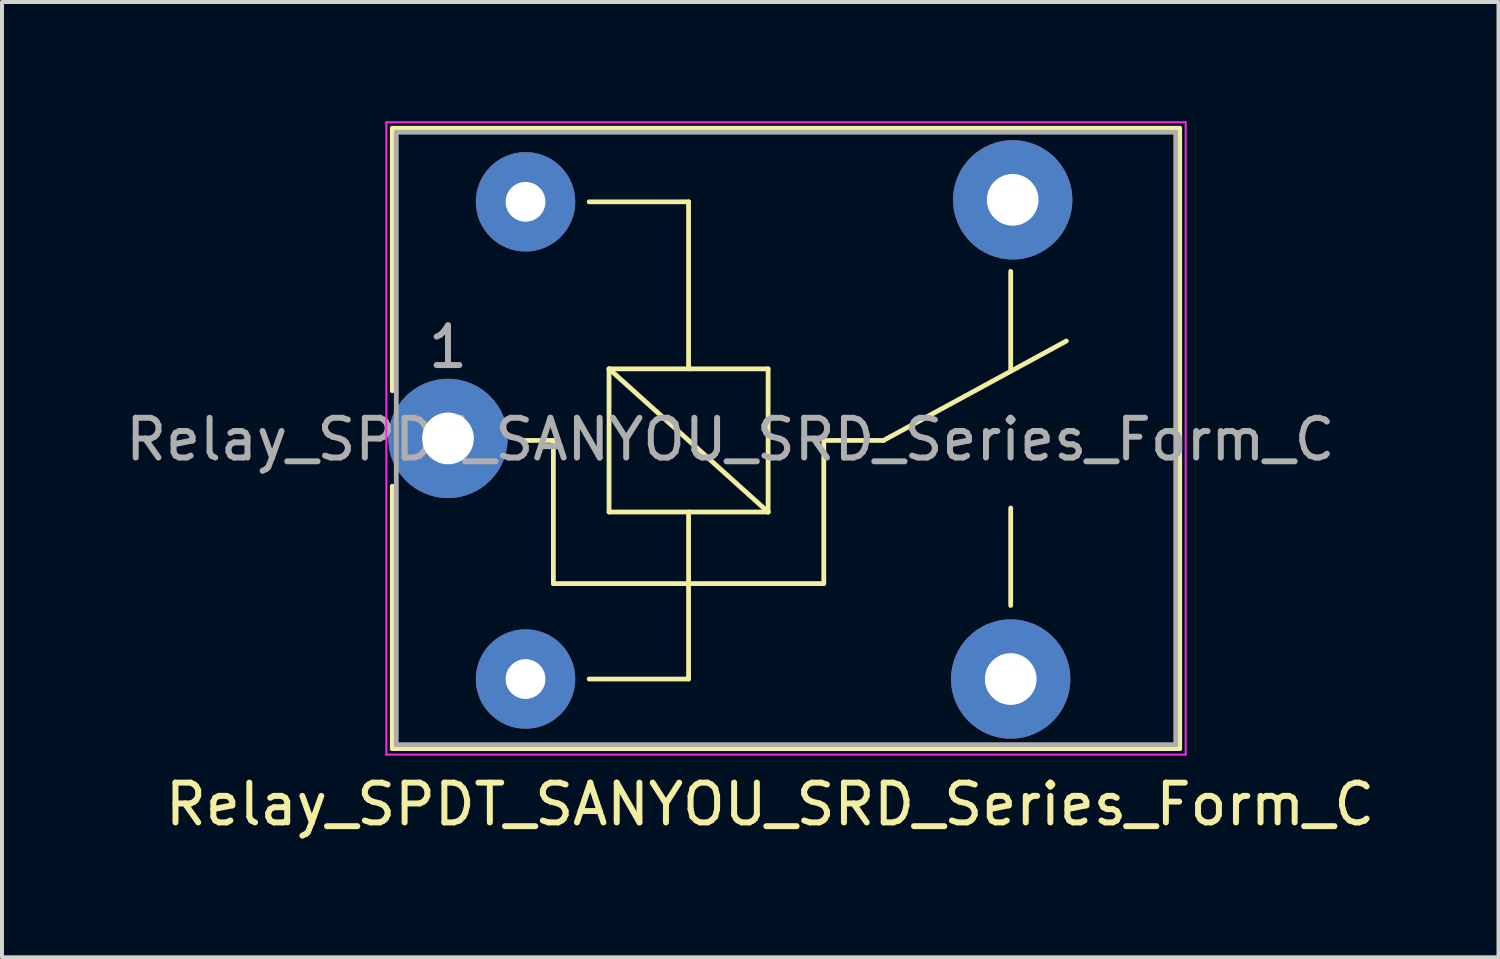
<source format=kicad_pcb>
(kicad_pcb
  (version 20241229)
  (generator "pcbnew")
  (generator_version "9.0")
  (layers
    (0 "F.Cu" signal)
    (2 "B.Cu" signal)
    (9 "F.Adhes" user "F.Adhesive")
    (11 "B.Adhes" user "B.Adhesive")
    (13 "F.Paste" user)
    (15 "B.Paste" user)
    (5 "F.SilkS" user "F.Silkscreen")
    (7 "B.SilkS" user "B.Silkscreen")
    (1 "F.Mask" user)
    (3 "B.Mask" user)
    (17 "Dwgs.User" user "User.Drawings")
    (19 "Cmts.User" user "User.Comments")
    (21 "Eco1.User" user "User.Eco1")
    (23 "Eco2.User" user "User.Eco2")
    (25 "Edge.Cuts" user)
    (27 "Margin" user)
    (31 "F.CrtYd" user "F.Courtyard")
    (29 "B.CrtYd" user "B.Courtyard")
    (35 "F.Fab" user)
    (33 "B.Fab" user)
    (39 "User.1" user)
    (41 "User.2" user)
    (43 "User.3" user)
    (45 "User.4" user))
  (footprint "Relay_SPDT_SANYOU_SRD_Series_Form_C"
    (layer "F.Cu")
    (at 16.715 7.975)
    (property "Reference" "Relay_SPDT_SANYOU_SRD_Series_Form_C" (at -0.4 9.2 0) (layer "F.SilkS") (effects (font (size 1 1) (thickness 0.15))))
    (attr through_hole)
    (fp_line (start -9.9 -7.8) (end -9.9 -1.2) (stroke (width 0.12) (type solid)) (layer "F.SilkS"))
    (fp_line (start -9.9 -7.8) (end 9.9 -7.8) (stroke (width 0.12) (type solid)) (layer "F.SilkS"))
    (fp_line (start -9.9 1.2) (end -9.9 7.8) (stroke (width 0.12) (type solid)) (layer "F.SilkS"))
    (fp_line (start -5.85 0.05) (end -6.65 0.05) (stroke (width 0.12) (type solid)) (layer "F.SilkS"))
    (fp_line (start -5.85 0.05) (end -5.85 3.65) (stroke (width 0.12) (type solid)) (layer "F.SilkS"))
    (fp_line (start -4.95 6.05) (end -2.45 6.05) (stroke (width 0.12) (type solid)) (layer "F.SilkS"))
    (fp_line (start -4.45 -1.75) (end -0.45 -1.75) (stroke (width 0.12) (type solid)) (layer "F.SilkS"))
    (fp_line (start -4.45 1.85) (end -4.45 -1.75) (stroke (width 0.12) (type solid)) (layer "F.SilkS"))
    (fp_line (start -2.45 -5.95) (end -4.95 -5.95) (stroke (width 0.12) (type solid)) (layer "F.SilkS"))
    (fp_line (start -2.45 -5.95) (end -2.45 -1.75) (stroke (width 0.12) (type solid)) (layer "F.SilkS"))
    (fp_line (start -2.45 1.85) (end -2.45 6.05) (stroke (width 0.12) (type solid)) (layer "F.SilkS"))
    (fp_line (start -0.45 -1.75) (end -0.45 1.85) (stroke (width 0.12) (type solid)) (layer "F.SilkS"))
    (fp_line (start -0.45 1.85) (end -4.45 -1.75) (stroke (width 0.12) (type solid)) (layer "F.SilkS"))
    (fp_line (start -0.45 1.85) (end -4.45 1.85) (stroke (width 0.12) (type solid)) (layer "F.SilkS"))
    (fp_line (start 0.95 0.05) (end 0.95 3.65) (stroke (width 0.12) (type solid)) (layer "F.SilkS"))
    (fp_line (start 0.95 0.05) (end 2.45 0.05) (stroke (width 0.12) (type solid)) (layer "F.SilkS"))
    (fp_line (start 0.95 3.65) (end -5.85 3.65) (stroke (width 0.12) (type solid)) (layer "F.SilkS"))
    (fp_line (start 2.45 0.05) (end 7.05 -2.45) (stroke (width 0.12) (type solid)) (layer "F.SilkS"))
    (fp_line (start 5.65 -4.2) (end 5.65 -1.7) (stroke (width 0.12) (type solid)) (layer "F.SilkS"))
    (fp_line (start 5.65 4.2) (end 5.65 1.75) (stroke (width 0.12) (type solid)) (layer "F.SilkS"))
    (fp_line (start 9.9 -7.8) (end 9.9 7.8) (stroke (width 0.12) (type solid)) (layer "F.SilkS"))
    (fp_line (start 9.9 7.8) (end -9.9 7.8) (stroke (width 0.12) (type solid)) (layer "F.SilkS"))
    (fp_line (start -10.05 7.95) (end -10.05 -7.95) (stroke (width 0.05) (type solid)) (layer "F.CrtYd"))
    (fp_line (start -10.05 7.95) (end 10.05 7.95) (stroke (width 0.05) (type solid)) (layer "F.CrtYd"))
    (fp_line (start 10.05 -7.95) (end -10.05 -7.95) (stroke (width 0.05) (type solid)) (layer "F.CrtYd"))
    (fp_line (start 10.05 -7.95) (end 10.05 7.95) (stroke (width 0.05) (type solid)) (layer "F.CrtYd"))
    (fp_line (start -9.8 -7.7) (end 9.8 -7.7) (stroke (width 0.12) (type solid)) (layer "F.Fab"))
    (fp_line (start -9.8 7.7) (end -9.8 -7.7) (stroke (width 0.12) (type solid)) (layer "F.Fab"))
    (fp_line (start 9.8 -7.7) (end 9.8 7.7) (stroke (width 0.12) (type solid)) (layer "F.Fab"))
    (fp_line (start 9.8 7.7) (end -9.8 7.7) (stroke (width 0.12) (type solid)) (layer "F.Fab"))
    (fp_text user "${REFERENCE}" (at -1.4 0.025 0) (layer "F.Fab") (effects (font (size 1 1) (thickness 0.15))))
    (fp_text user "1" (at -8.5 -2.3 0) (layer "F.Fab") (effects (font (size 1 1) (thickness 0.15))))
    (pad "1" thru_hole circle (at -8.5 0 90) (size 3 3) (drill 1.3) (layers "*.Cu" "*.Mask"))
    (pad "2" thru_hole circle (at -6.55 6.05 90) (size 2.5 2.5) (drill 1) (layers "*.Cu" "*.Mask"))
    (pad "3" thru_hole circle (at 5.65 6.05 90) (size 3 3) (drill 1.3) (layers "*.Cu" "*.Mask"))
    (pad "4" thru_hole circle (at 5.7 -6 90) (size 3 3) (drill 1.3) (layers "*.Cu" "*.Mask"))
    (pad "5" thru_hole circle (at -6.55 -5.95 90) (size 2.5 2.5) (drill 1) (layers "*.Cu" "*.Mask")))
  (gr_rect
    (start -3 -3)
    (end 34.631 21.023)
    (stroke (width 0.1) (type default))
    (fill no)
    (layer "Edge.Cuts")))
</source>
